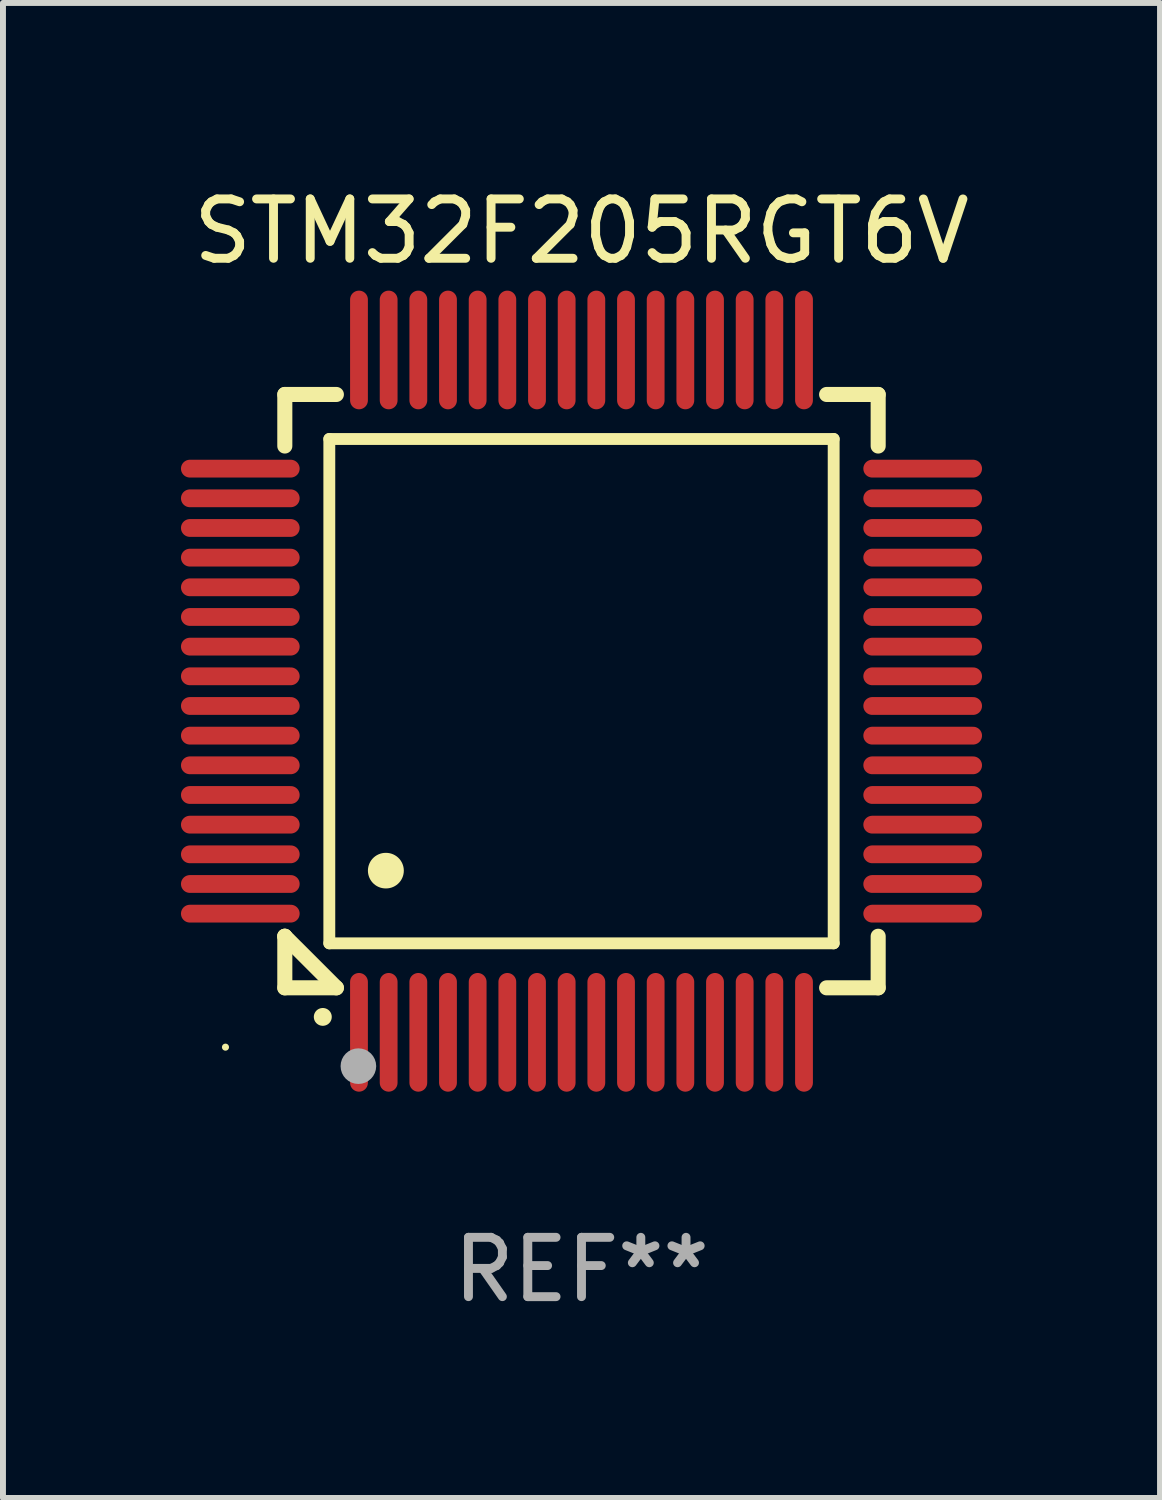
<source format=kicad_pcb>
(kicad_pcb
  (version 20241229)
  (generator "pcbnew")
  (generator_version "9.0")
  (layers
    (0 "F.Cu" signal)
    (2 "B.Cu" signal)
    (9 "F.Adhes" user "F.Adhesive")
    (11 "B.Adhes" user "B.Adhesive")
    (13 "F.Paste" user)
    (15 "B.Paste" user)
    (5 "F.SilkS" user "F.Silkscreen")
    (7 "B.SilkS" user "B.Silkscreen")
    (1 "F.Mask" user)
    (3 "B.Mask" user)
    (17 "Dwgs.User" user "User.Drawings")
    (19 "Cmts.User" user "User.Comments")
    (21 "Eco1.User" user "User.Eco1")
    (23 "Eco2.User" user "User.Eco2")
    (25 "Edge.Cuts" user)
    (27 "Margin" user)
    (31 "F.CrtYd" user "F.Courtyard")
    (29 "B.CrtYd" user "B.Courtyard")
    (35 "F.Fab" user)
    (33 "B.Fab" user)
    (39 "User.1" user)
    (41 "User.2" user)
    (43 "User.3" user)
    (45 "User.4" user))
  (footprint "STM32F205RGT6V"
    (layer "F.Cu")
    (at 6.75 8.598)
    (property "Reference" "STM32F205RGT6V" (at 0 -7.75 0) (layer "F.SilkS") (effects (font (size 1 1) (thickness 0.15))))
    (attr through_hole)
    (fp_line (start -5 -5) (end -4.131 -5) (stroke (width 0.254) (type solid)) (layer "F.SilkS"))
    (fp_line (start -5 -4.131) (end -5 -5) (stroke (width 0.254) (type solid)) (layer "F.SilkS"))
    (fp_line (start -5 4.131) (end -5 4.131) (stroke (width 0.254) (type solid)) (layer "F.SilkS"))
    (fp_line (start -5 5) (end -5 4.131) (stroke (width 0.254) (type solid)) (layer "F.SilkS"))
    (fp_line (start -5 4.131) (end -4.131 5) (stroke (width 0.254) (type solid)) (layer "F.SilkS"))
    (fp_line (start -4.25 -4.25) (end -4.25 4.25) (stroke (width 0.2) (type solid)) (layer "F.SilkS"))
    (fp_line (start -4.25 4.25) (end 4.25 4.25) (stroke (width 0.2) (type solid)) (layer "F.SilkS"))
    (fp_line (start -4.131 5) (end -5 5) (stroke (width 0.254) (type solid)) (layer "F.SilkS"))
    (fp_line (start 4.25 -4.25) (end -4.25 -4.25) (stroke (width 0.2) (type solid)) (layer "F.SilkS"))
    (fp_line (start 4.25 4.25) (end 4.25 -4.25) (stroke (width 0.2) (type solid)) (layer "F.SilkS"))
    (fp_line (start 5 -5) (end 4.131 -5) (stroke (width 0.254) (type solid)) (layer "F.SilkS"))
    (fp_line (start 5 -5) (end 5 -4.131) (stroke (width 0.254) (type solid)) (layer "F.SilkS"))
    (fp_line (start 5 4.131) (end 5 5) (stroke (width 0.254) (type solid)) (layer "F.SilkS"))
    (fp_line (start 5 5) (end 4.131 5) (stroke (width 0.254) (type solid)) (layer "F.SilkS"))
    (fp_arc (start -4.361265 5.489992) (mid -4.359995 5.489987) (end -4.358725 5.489992) (stroke (width 0.3) (type solid)) (layer "F.SilkS"))
    (fp_arc (start -3.299467 3.025146) (mid -3.296927 3.025135) (end -3.294387 3.025146) (stroke (width 0.6) (type solid)) (layer "F.SilkS"))
    (fp_circle (center -6 6) (end -5.97 6) (stroke (width 0.06) (type solid)) (fill no) (layer "F.SilkS"))
    (fp_circle (center -3.76 6.32) (end -3.61 6.32) (stroke (width 0.3) (type solid)) (fill no) (layer "F.Fab"))
    (fp_text user "REF**" (at 0 9.75 0) (layer "F.Fab") (effects (font (size 1 1) (thickness 0.15))))
    (pad "1" smd oval (at -3.75 5.75) (size 0.3 2) (layers "F.Cu" "F.Mask" "F.Paste"))
    (pad "2" smd oval (at -3.25 5.75) (size 0.3 2) (layers "F.Cu" "F.Mask" "F.Paste"))
    (pad "3" smd oval (at -2.75 5.75) (size 0.3 2) (layers "F.Cu" "F.Mask" "F.Paste"))
    (pad "4" smd oval (at -2.25 5.75) (size 0.3 2) (layers "F.Cu" "F.Mask" "F.Paste"))
    (pad "5" smd oval (at -1.75 5.75) (size 0.3 2) (layers "F.Cu" "F.Mask" "F.Paste"))
    (pad "6" smd oval (at -1.25 5.75) (size 0.3 2) (layers "F.Cu" "F.Mask" "F.Paste"))
    (pad "7" smd oval (at -0.75 5.75) (size 0.3 2) (layers "F.Cu" "F.Mask" "F.Paste"))
    (pad "8" smd oval (at -0.25 5.75) (size 0.3 2) (layers "F.Cu" "F.Mask" "F.Paste"))
    (pad "9" smd oval (at 0.25 5.75) (size 0.3 2) (layers "F.Cu" "F.Mask" "F.Paste"))
    (pad "10" smd oval (at 0.75 5.75) (size 0.3 2) (layers "F.Cu" "F.Mask" "F.Paste"))
    (pad "11" smd oval (at 1.25 5.75) (size 0.3 2) (layers "F.Cu" "F.Mask" "F.Paste"))
    (pad "12" smd oval (at 1.75 5.75) (size 0.3 2) (layers "F.Cu" "F.Mask" "F.Paste"))
    (pad "13" smd oval (at 2.25 5.75) (size 0.3 2) (layers "F.Cu" "F.Mask" "F.Paste"))
    (pad "14" smd oval (at 2.75 5.75) (size 0.3 2) (layers "F.Cu" "F.Mask" "F.Paste"))
    (pad "15" smd oval (at 3.25 5.75) (size 0.3 2) (layers "F.Cu" "F.Mask" "F.Paste"))
    (pad "16" smd oval (at 3.75 5.75) (size 0.3 2) (layers "F.Cu" "F.Mask" "F.Paste"))
    (pad "17" smd oval (at 5.75 3.75) (size 2 0.3) (layers "F.Cu" "F.Mask" "F.Paste"))
    (pad "18" smd oval (at 5.75 3.25) (size 2 0.3) (layers "F.Cu" "F.Mask" "F.Paste"))
    (pad "19" smd oval (at 5.75 2.75) (size 2 0.3) (layers "F.Cu" "F.Mask" "F.Paste"))
    (pad "20" smd oval (at 5.75 2.25) (size 2 0.3) (layers "F.Cu" "F.Mask" "F.Paste"))
    (pad "21" smd oval (at 5.75 1.75) (size 2 0.3) (layers "F.Cu" "F.Mask" "F.Paste"))
    (pad "22" smd oval (at 5.75 1.25) (size 2 0.3) (layers "F.Cu" "F.Mask" "F.Paste"))
    (pad "23" smd oval (at 5.75 0.75) (size 2 0.3) (layers "F.Cu" "F.Mask" "F.Paste"))
    (pad "24" smd oval (at 5.75 0.25) (size 2 0.3) (layers "F.Cu" "F.Mask" "F.Paste"))
    (pad "25" smd oval (at 5.75 -0.25) (size 2 0.3) (layers "F.Cu" "F.Mask" "F.Paste"))
    (pad "26" smd oval (at 5.75 -0.75) (size 2 0.3) (layers "F.Cu" "F.Mask" "F.Paste"))
    (pad "27" smd oval (at 5.75 -1.25) (size 2 0.3) (layers "F.Cu" "F.Mask" "F.Paste"))
    (pad "28" smd oval (at 5.75 -1.75) (size 2 0.3) (layers "F.Cu" "F.Mask" "F.Paste"))
    (pad "29" smd oval (at 5.75 -2.25) (size 2 0.3) (layers "F.Cu" "F.Mask" "F.Paste"))
    (pad "30" smd oval (at 5.75 -2.75) (size 2 0.3) (layers "F.Cu" "F.Mask" "F.Paste"))
    (pad "31" smd oval (at 5.75 -3.25) (size 2 0.3) (layers "F.Cu" "F.Mask" "F.Paste"))
    (pad "32" smd oval (at 5.75 -3.75) (size 2 0.3) (layers "F.Cu" "F.Mask" "F.Paste"))
    (pad "33" smd oval (at 3.75 -5.75) (size 0.3 2) (layers "F.Cu" "F.Mask" "F.Paste"))
    (pad "34" smd oval (at 3.25 -5.75) (size 0.3 2) (layers "F.Cu" "F.Mask" "F.Paste"))
    (pad "35" smd oval (at 2.75 -5.75) (size 0.3 2) (layers "F.Cu" "F.Mask" "F.Paste"))
    (pad "36" smd oval (at 2.25 -5.75) (size 0.3 2) (layers "F.Cu" "F.Mask" "F.Paste"))
    (pad "37" smd oval (at 1.75 -5.75) (size 0.3 2) (layers "F.Cu" "F.Mask" "F.Paste"))
    (pad "38" smd oval (at 1.25 -5.75) (size 0.3 2) (layers "F.Cu" "F.Mask" "F.Paste"))
    (pad "39" smd oval (at 0.75 -5.75) (size 0.3 2) (layers "F.Cu" "F.Mask" "F.Paste"))
    (pad "40" smd oval (at 0.25 -5.75) (size 0.3 2) (layers "F.Cu" "F.Mask" "F.Paste"))
    (pad "41" smd oval (at -0.25 -5.75) (size 0.3 2) (layers "F.Cu" "F.Mask" "F.Paste"))
    (pad "42" smd oval (at -0.75 -5.75) (size 0.3 2) (layers "F.Cu" "F.Mask" "F.Paste"))
    (pad "43" smd oval (at -1.25 -5.75) (size 0.3 2) (layers "F.Cu" "F.Mask" "F.Paste"))
    (pad "44" smd oval (at -1.75 -5.75) (size 0.3 2) (layers "F.Cu" "F.Mask" "F.Paste"))
    (pad "45" smd oval (at -2.25 -5.75) (size 0.3 2) (layers "F.Cu" "F.Mask" "F.Paste"))
    (pad "46" smd oval (at -2.75 -5.75) (size 0.3 2) (layers "F.Cu" "F.Mask" "F.Paste"))
    (pad "47" smd oval (at -3.25 -5.75) (size 0.3 2) (layers "F.Cu" "F.Mask" "F.Paste"))
    (pad "48" smd oval (at -3.75 -5.75) (size 0.3 2) (layers "F.Cu" "F.Mask" "F.Paste"))
    (pad "49" smd oval (at -5.75 -3.75) (size 2 0.3) (layers "F.Cu" "F.Mask" "F.Paste"))
    (pad "50" smd oval (at -5.75 -3.25) (size 2 0.3) (layers "F.Cu" "F.Mask" "F.Paste"))
    (pad "51" smd oval (at -5.75 -2.75) (size 2 0.3) (layers "F.Cu" "F.Mask" "F.Paste"))
    (pad "52" smd oval (at -5.75 -2.25) (size 2 0.3) (layers "F.Cu" "F.Mask" "F.Paste"))
    (pad "53" smd oval (at -5.75 -1.75) (size 2 0.3) (layers "F.Cu" "F.Mask" "F.Paste"))
    (pad "54" smd oval (at -5.75 -1.25) (size 2 0.3) (layers "F.Cu" "F.Mask" "F.Paste"))
    (pad "55" smd oval (at -5.75 -0.75) (size 2 0.3) (layers "F.Cu" "F.Mask" "F.Paste"))
    (pad "56" smd oval (at -5.75 -0.25) (size 2 0.3) (layers "F.Cu" "F.Mask" "F.Paste"))
    (pad "57" smd oval (at -5.75 0.25) (size 2 0.3) (layers "F.Cu" "F.Mask" "F.Paste"))
    (pad "58" smd oval (at -5.75 0.75) (size 2 0.3) (layers "F.Cu" "F.Mask" "F.Paste"))
    (pad "59" smd oval (at -5.75 1.25) (size 2 0.3) (layers "F.Cu" "F.Mask" "F.Paste"))
    (pad "60" smd oval (at -5.75 1.75) (size 2 0.3) (layers "F.Cu" "F.Mask" "F.Paste"))
    (pad "61" smd oval (at -5.75 2.25) (size 2 0.3) (layers "F.Cu" "F.Mask" "F.Paste"))
    (pad "62" smd oval (at -5.75 2.75) (size 2 0.3) (layers "F.Cu" "F.Mask" "F.Paste"))
    (pad "63" smd oval (at -5.75 3.25) (size 2 0.3) (layers "F.Cu" "F.Mask" "F.Paste"))
    (pad "64" smd oval (at -5.75 3.75) (size 2 0.3) (layers "F.Cu" "F.Mask" "F.Paste")))
  (gr_rect
    (start -3 -3)
    (end 16.5 22.196)
    (stroke (width 0.1) (type default))
    (fill no)
    (layer "Edge.Cuts")))
</source>
